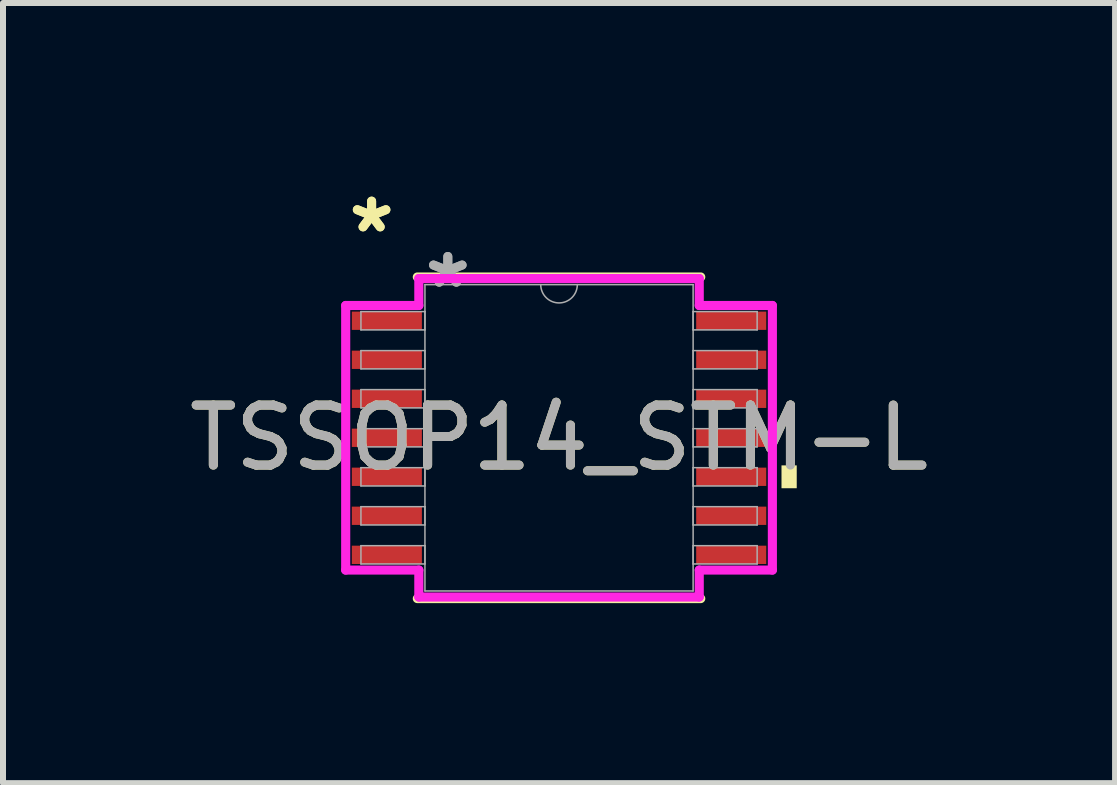
<source format=kicad_pcb>
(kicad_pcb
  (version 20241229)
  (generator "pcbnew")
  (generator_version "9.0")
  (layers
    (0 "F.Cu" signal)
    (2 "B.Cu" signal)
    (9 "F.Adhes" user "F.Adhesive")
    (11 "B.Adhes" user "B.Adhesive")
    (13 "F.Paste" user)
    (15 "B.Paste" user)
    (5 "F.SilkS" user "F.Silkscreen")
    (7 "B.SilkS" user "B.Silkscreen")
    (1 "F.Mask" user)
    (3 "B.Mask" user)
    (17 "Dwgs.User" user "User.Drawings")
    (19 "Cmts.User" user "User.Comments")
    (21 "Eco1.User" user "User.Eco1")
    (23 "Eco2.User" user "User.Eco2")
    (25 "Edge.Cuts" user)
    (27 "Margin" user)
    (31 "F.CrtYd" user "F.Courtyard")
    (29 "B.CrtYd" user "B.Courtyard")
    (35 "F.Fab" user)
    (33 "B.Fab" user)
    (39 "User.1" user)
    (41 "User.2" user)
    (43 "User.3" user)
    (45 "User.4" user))
  (footprint "TSSOP14_STM-L"
    (layer "F.Cu")
    (at 6.268 4.247)
    (property "Reference" "TSSOP14_STM-L" (at 0 0 0) (unlocked yes) (layer "F.SilkS") (effects (font (size 1 1) (thickness 0.15))))
    (attr smd)
    (fp_line (start -2.362 2.68) (end 2.362 2.68) (stroke (width 0.152) (type solid)) (layer "F.SilkS"))
    (fp_line (start 2.362 -2.68) (end -2.362 -2.68) (stroke (width 0.152) (type solid)) (layer "F.SilkS"))
    (fp_poly (pts (xy 3.962 0.46) (xy 3.962 0.841) (xy 3.708 0.841) (xy 3.708 0.46)) (stroke (width 0) (type solid)) (fill yes) (layer "F.SilkS"))
    (fp_line (start -3.556 -2.205) (end -2.337 -2.205) (stroke (width 0.152) (type solid)) (layer "F.CrtYd"))
    (fp_line (start -3.556 2.205) (end -3.556 -2.205) (stroke (width 0.152) (type solid)) (layer "F.CrtYd"))
    (fp_line (start -3.556 2.205) (end -2.337 2.205) (stroke (width 0.152) (type solid)) (layer "F.CrtYd"))
    (fp_line (start -2.337 -2.654) (end 2.337 -2.654) (stroke (width 0.152) (type solid)) (layer "F.CrtYd"))
    (fp_line (start -2.337 -2.205) (end -2.337 -2.654) (stroke (width 0.152) (type solid)) (layer "F.CrtYd"))
    (fp_line (start -2.337 2.654) (end -2.337 2.205) (stroke (width 0.152) (type solid)) (layer "F.CrtYd"))
    (fp_line (start 2.337 -2.654) (end 2.337 -2.205) (stroke (width 0.152) (type solid)) (layer "F.CrtYd"))
    (fp_line (start 2.337 2.205) (end 2.337 2.654) (stroke (width 0.152) (type solid)) (layer "F.CrtYd"))
    (fp_line (start 2.337 2.654) (end -2.337 2.654) (stroke (width 0.152) (type solid)) (layer "F.CrtYd"))
    (fp_line (start 3.556 -2.205) (end 2.337 -2.205) (stroke (width 0.152) (type solid)) (layer "F.CrtYd"))
    (fp_line (start 3.556 -2.205) (end 3.556 2.205) (stroke (width 0.152) (type solid)) (layer "F.CrtYd"))
    (fp_line (start 3.556 2.205) (end 2.337 2.205) (stroke (width 0.152) (type solid)) (layer "F.CrtYd"))
    (fp_line (start -3.302 -2.103) (end -3.302 -1.798) (stroke (width 0.025) (type solid)) (layer "F.Fab"))
    (fp_line (start -3.302 -1.798) (end -2.235 -1.798) (stroke (width 0.025) (type solid)) (layer "F.Fab"))
    (fp_line (start -3.302 -1.453) (end -3.302 -1.148) (stroke (width 0.025) (type solid)) (layer "F.Fab"))
    (fp_line (start -3.302 -1.148) (end -2.235 -1.148) (stroke (width 0.025) (type solid)) (layer "F.Fab"))
    (fp_line (start -3.302 -0.803) (end -3.302 -0.498) (stroke (width 0.025) (type solid)) (layer "F.Fab"))
    (fp_line (start -3.302 -0.498) (end -2.235 -0.498) (stroke (width 0.025) (type solid)) (layer "F.Fab"))
    (fp_line (start -3.302 -0.152) (end -3.302 0.152) (stroke (width 0.025) (type solid)) (layer "F.Fab"))
    (fp_line (start -3.302 0.152) (end -2.235 0.152) (stroke (width 0.025) (type solid)) (layer "F.Fab"))
    (fp_line (start -3.302 0.498) (end -3.302 0.803) (stroke (width 0.025) (type solid)) (layer "F.Fab"))
    (fp_line (start -3.302 0.803) (end -2.235 0.803) (stroke (width 0.025) (type solid)) (layer "F.Fab"))
    (fp_line (start -3.302 1.148) (end -3.302 1.453) (stroke (width 0.025) (type solid)) (layer "F.Fab"))
    (fp_line (start -3.302 1.453) (end -2.235 1.453) (stroke (width 0.025) (type solid)) (layer "F.Fab"))
    (fp_line (start -3.302 1.798) (end -3.302 2.103) (stroke (width 0.025) (type solid)) (layer "F.Fab"))
    (fp_line (start -3.302 2.103) (end -2.235 2.103) (stroke (width 0.025) (type solid)) (layer "F.Fab"))
    (fp_line (start -2.235 -2.553) (end -2.235 2.553) (stroke (width 0.025) (type solid)) (layer "F.Fab"))
    (fp_line (start -2.235 -2.103) (end -3.302 -2.103) (stroke (width 0.025) (type solid)) (layer "F.Fab"))
    (fp_line (start -2.235 -1.798) (end -2.235 -2.103) (stroke (width 0.025) (type solid)) (layer "F.Fab"))
    (fp_line (start -2.235 -1.453) (end -3.302 -1.453) (stroke (width 0.025) (type solid)) (layer "F.Fab"))
    (fp_line (start -2.235 -1.148) (end -2.235 -1.453) (stroke (width 0.025) (type solid)) (layer "F.Fab"))
    (fp_line (start -2.235 -0.803) (end -3.302 -0.803) (stroke (width 0.025) (type solid)) (layer "F.Fab"))
    (fp_line (start -2.235 -0.498) (end -2.235 -0.803) (stroke (width 0.025) (type solid)) (layer "F.Fab"))
    (fp_line (start -2.235 -0.152) (end -3.302 -0.152) (stroke (width 0.025) (type solid)) (layer "F.Fab"))
    (fp_line (start -2.235 0.152) (end -2.235 -0.152) (stroke (width 0.025) (type solid)) (layer "F.Fab"))
    (fp_line (start -2.235 0.498) (end -3.302 0.498) (stroke (width 0.025) (type solid)) (layer "F.Fab"))
    (fp_line (start -2.235 0.803) (end -2.235 0.498) (stroke (width 0.025) (type solid)) (layer "F.Fab"))
    (fp_line (start -2.235 1.148) (end -3.302 1.148) (stroke (width 0.025) (type solid)) (layer "F.Fab"))
    (fp_line (start -2.235 1.453) (end -2.235 1.148) (stroke (width 0.025) (type solid)) (layer "F.Fab"))
    (fp_line (start -2.235 1.798) (end -3.302 1.798) (stroke (width 0.025) (type solid)) (layer "F.Fab"))
    (fp_line (start -2.235 2.103) (end -2.235 1.798) (stroke (width 0.025) (type solid)) (layer "F.Fab"))
    (fp_line (start -2.235 2.553) (end 2.235 2.553) (stroke (width 0.025) (type solid)) (layer "F.Fab"))
    (fp_line (start 2.235 -2.553) (end -2.235 -2.553) (stroke (width 0.025) (type solid)) (layer "F.Fab"))
    (fp_line (start 2.235 -2.103) (end 2.235 -1.798) (stroke (width 0.025) (type solid)) (layer "F.Fab"))
    (fp_line (start 2.235 -1.798) (end 3.302 -1.798) (stroke (width 0.025) (type solid)) (layer "F.Fab"))
    (fp_line (start 2.235 -1.453) (end 2.235 -1.148) (stroke (width 0.025) (type solid)) (layer "F.Fab"))
    (fp_line (start 2.235 -1.148) (end 3.302 -1.148) (stroke (width 0.025) (type solid)) (layer "F.Fab"))
    (fp_line (start 2.235 -0.803) (end 2.235 -0.498) (stroke (width 0.025) (type solid)) (layer "F.Fab"))
    (fp_line (start 2.235 -0.498) (end 3.302 -0.498) (stroke (width 0.025) (type solid)) (layer "F.Fab"))
    (fp_line (start 2.235 -0.152) (end 2.235 0.152) (stroke (width 0.025) (type solid)) (layer "F.Fab"))
    (fp_line (start 2.235 0.152) (end 3.302 0.152) (stroke (width 0.025) (type solid)) (layer "F.Fab"))
    (fp_line (start 2.235 0.498) (end 2.235 0.803) (stroke (width 0.025) (type solid)) (layer "F.Fab"))
    (fp_line (start 2.235 0.803) (end 3.302 0.803) (stroke (width 0.025) (type solid)) (layer "F.Fab"))
    (fp_line (start 2.235 1.148) (end 2.235 1.453) (stroke (width 0.025) (type solid)) (layer "F.Fab"))
    (fp_line (start 2.235 1.453) (end 3.302 1.453) (stroke (width 0.025) (type solid)) (layer "F.Fab"))
    (fp_line (start 2.235 1.798) (end 2.235 2.103) (stroke (width 0.025) (type solid)) (layer "F.Fab"))
    (fp_line (start 2.235 2.103) (end 3.302 2.103) (stroke (width 0.025) (type solid)) (layer "F.Fab"))
    (fp_line (start 2.235 2.553) (end 2.235 -2.553) (stroke (width 0.025) (type solid)) (layer "F.Fab"))
    (fp_line (start 3.302 -2.103) (end 2.235 -2.103) (stroke (width 0.025) (type solid)) (layer "F.Fab"))
    (fp_line (start 3.302 -1.798) (end 3.302 -2.103) (stroke (width 0.025) (type solid)) (layer "F.Fab"))
    (fp_line (start 3.302 -1.453) (end 2.235 -1.453) (stroke (width 0.025) (type solid)) (layer "F.Fab"))
    (fp_line (start 3.302 -1.148) (end 3.302 -1.453) (stroke (width 0.025) (type solid)) (layer "F.Fab"))
    (fp_line (start 3.302 -0.803) (end 2.235 -0.803) (stroke (width 0.025) (type solid)) (layer "F.Fab"))
    (fp_line (start 3.302 -0.498) (end 3.302 -0.803) (stroke (width 0.025) (type solid)) (layer "F.Fab"))
    (fp_line (start 3.302 -0.152) (end 2.235 -0.152) (stroke (width 0.025) (type solid)) (layer "F.Fab"))
    (fp_line (start 3.302 0.152) (end 3.302 -0.152) (stroke (width 0.025) (type solid)) (layer "F.Fab"))
    (fp_line (start 3.302 0.498) (end 2.235 0.498) (stroke (width 0.025) (type solid)) (layer "F.Fab"))
    (fp_line (start 3.302 0.803) (end 3.302 0.498) (stroke (width 0.025) (type solid)) (layer "F.Fab"))
    (fp_line (start 3.302 1.148) (end 2.235 1.148) (stroke (width 0.025) (type solid)) (layer "F.Fab"))
    (fp_line (start 3.302 1.453) (end 3.302 1.148) (stroke (width 0.025) (type solid)) (layer "F.Fab"))
    (fp_line (start 3.302 1.798) (end 2.235 1.798) (stroke (width 0.025) (type solid)) (layer "F.Fab"))
    (fp_line (start 3.302 2.103) (end 3.302 1.798) (stroke (width 0.025) (type solid)) (layer "F.Fab"))
    (fp_arc (start 0.3048 -2.5527) (mid 0 -2.2479) (end -0.3048 -2.5527) (stroke (width 0.0254) (type solid)) (layer "F.Fab"))
    (fp_text user "*" (at -3.124 -3.399 0) (unlocked yes) (layer "F.SilkS") (effects (font (size 1 1) (thickness 0.15))))
    (fp_text user "*" (at -3.124 -3.399 0) (layer "F.SilkS") (effects (font (size 1 1) (thickness 0.15))))
    (fp_text user "${REFERENCE}" (at 0 0 0) (unlocked yes) (layer "F.Fab") (effects (font (size 1 1) (thickness 0.15))))
    (fp_text user "*" (at -1.854 -2.477 0) (layer "F.Fab") (effects (font (size 1 1) (thickness 0.15))))
    (fp_text user "*" (at -1.854 -2.477 0) (unlocked yes) (layer "F.Fab") (effects (font (size 1 1) (thickness 0.15))))
    (pad "1" smd rect (at -2.87 -1.951) (size 1.168 0.305) (layers "F.Cu" "F.Mask" "F.Paste"))
    (pad "2" smd rect (at -2.87 -1.3) (size 1.168 0.305) (layers "F.Cu" "F.Mask" "F.Paste"))
    (pad "3" smd rect (at -2.87 -0.65) (size 1.168 0.305) (layers "F.Cu" "F.Mask" "F.Paste"))
    (pad "4" smd rect (at -2.87 0) (size 1.168 0.305) (layers "F.Cu" "F.Mask" "F.Paste"))
    (pad "5" smd rect (at -2.87 0.65) (size 1.168 0.305) (layers "F.Cu" "F.Mask" "F.Paste"))
    (pad "6" smd rect (at -2.87 1.3) (size 1.168 0.305) (layers "F.Cu" "F.Mask" "F.Paste"))
    (pad "7" smd rect (at -2.87 1.951) (size 1.168 0.305) (layers "F.Cu" "F.Mask" "F.Paste"))
    (pad "8" smd rect (at 2.87 1.951) (size 1.168 0.305) (layers "F.Cu" "F.Mask" "F.Paste"))
    (pad "9" smd rect (at 2.87 1.3) (size 1.168 0.305) (layers "F.Cu" "F.Mask" "F.Paste"))
    (pad "10" smd rect (at 2.87 0.65) (size 1.168 0.305) (layers "F.Cu" "F.Mask" "F.Paste"))
    (pad "11" smd rect (at 2.87 0) (size 1.168 0.305) (layers "F.Cu" "F.Mask" "F.Paste"))
    (pad "12" smd rect (at 2.87 -0.65) (size 1.168 0.305) (layers "F.Cu" "F.Mask" "F.Paste"))
    (pad "13" smd rect (at 2.87 -1.3) (size 1.168 0.305) (layers "F.Cu" "F.Mask" "F.Paste"))
    (pad "14" smd rect (at 2.87 -1.951) (size 1.168 0.305) (layers "F.Cu" "F.Mask" "F.Paste")))
  (gr_rect
    (start -3 -3)
    (end 15.536 10.003)
    (stroke (width 0.1) (type default))
    (fill no)
    (layer "Edge.Cuts")))
</source>
